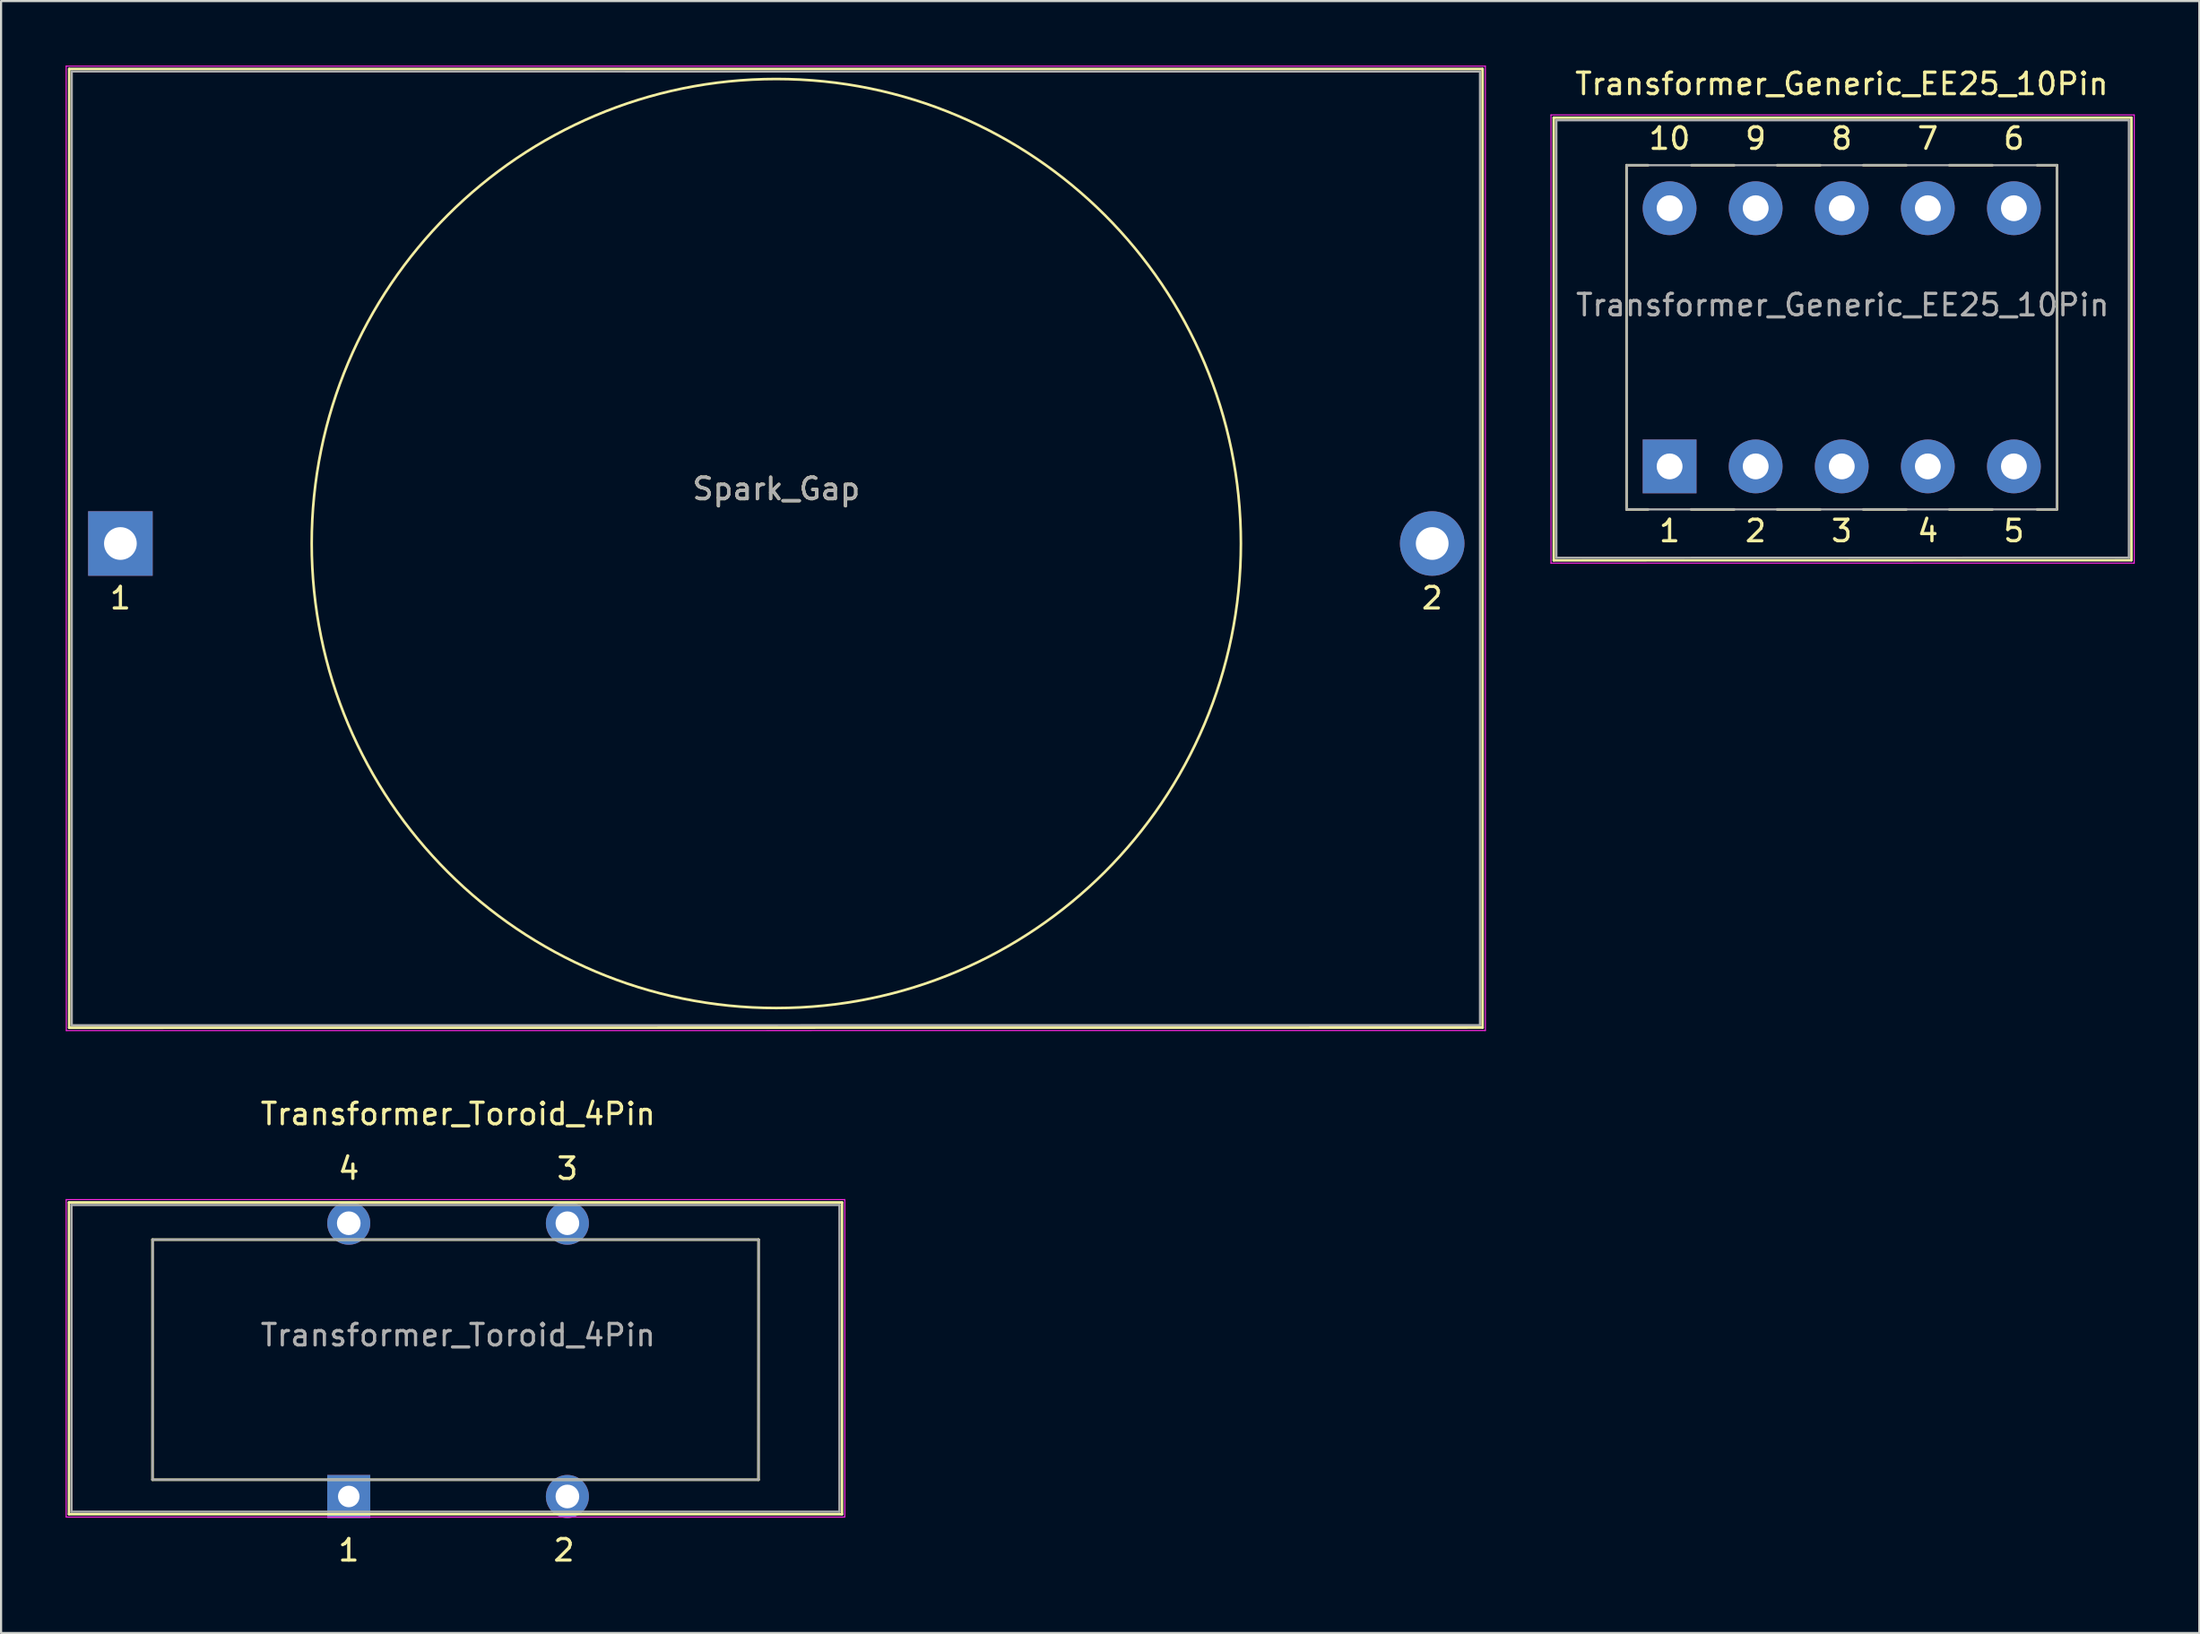
<source format=kicad_pcb>
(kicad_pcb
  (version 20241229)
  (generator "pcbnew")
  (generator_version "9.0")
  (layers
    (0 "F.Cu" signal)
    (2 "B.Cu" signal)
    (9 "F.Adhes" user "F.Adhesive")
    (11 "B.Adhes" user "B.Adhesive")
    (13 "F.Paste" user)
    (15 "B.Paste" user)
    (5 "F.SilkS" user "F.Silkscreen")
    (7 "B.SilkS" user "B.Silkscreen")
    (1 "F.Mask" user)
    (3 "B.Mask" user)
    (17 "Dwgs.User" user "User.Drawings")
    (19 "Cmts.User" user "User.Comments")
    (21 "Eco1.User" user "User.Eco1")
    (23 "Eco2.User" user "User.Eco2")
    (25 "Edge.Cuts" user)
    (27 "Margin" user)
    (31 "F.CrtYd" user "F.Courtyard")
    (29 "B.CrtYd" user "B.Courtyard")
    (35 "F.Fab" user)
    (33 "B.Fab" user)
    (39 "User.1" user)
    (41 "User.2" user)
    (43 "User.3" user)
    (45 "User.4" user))
  (footprint "Spark_Gap"
    (layer "F.Cu")
    (at 2.545 22.212)
    (property "Reference" "Spark_Gap" (at 30.48 -2.54 0) (layer "F.SilkS") (effects (font (size 1 1) (thickness 0.15))))
    (attr through_hole)
    (fp_line (start -2.38 -22.057) (end -2.38 22.506) (stroke (width 0.12) (type solid)) (layer "F.SilkS"))
    (fp_line (start -2.38 -22.057) (end 63.3 -22.057) (stroke (width 0.12) (type solid)) (layer "F.SilkS"))
    (fp_line (start 63.3 -22.057) (end 63.3 22.5) (stroke (width 0.12) (type solid)) (layer "F.SilkS"))
    (fp_line (start 63.3 22.5) (end -2.38 22.506) (stroke (width 0.12) (type solid)) (layer "F.SilkS"))
    (fp_circle (center 30.48 0) (end 52.07 0) (stroke (width 0.12) (type solid)) (fill no) (layer "F.SilkS"))
    (fp_line (start -2.52 -22.187) (end -2.512 22.64) (stroke (width 0.05) (type solid)) (layer "F.CrtYd"))
    (fp_line (start -2.52 -22.187) (end 63.43 -22.187) (stroke (width 0.05) (type solid)) (layer "F.CrtYd"))
    (fp_line (start 63.43 -22.187) (end 63.43 22.636) (stroke (width 0.05) (type solid)) (layer "F.CrtYd"))
    (fp_line (start 63.43 22.636) (end -2.512 22.64) (stroke (width 0.05) (type solid)) (layer "F.CrtYd"))
    (fp_line (start -2.26 -21.94) (end 63.18 -21.937) (stroke (width 0.1) (type solid)) (layer "F.Fab"))
    (fp_line (start -2.26 22.39) (end -2.26 -21.94) (stroke (width 0.1) (type solid)) (layer "F.Fab"))
    (fp_line (start 63.18 22.386) (end -2.26 22.39) (stroke (width 0.1) (type solid)) (layer "F.Fab"))
    (fp_line (start 63.18 22.386) (end 63.18 -21.937) (stroke (width 0.1) (type solid)) (layer "F.Fab"))
    (fp_text user "1" (at 0 2.54 0) (layer "F.SilkS") (effects (font (size 1 1) (thickness 0.15))))
    (fp_text user "2" (at 60.96 2.54 0) (layer "F.SilkS") (effects (font (size 1 1) (thickness 0.15))))
    (fp_text user "${REFERENCE}" (at 30.48 -2.54 0) (layer "F.Fab") (effects (font (size 1 1) (thickness 0.15))))
    (pad "1" thru_hole rect (at 0 0) (size 3 3) (drill 1.52) (layers "*.Cu" "*.Mask"))
    (pad "2" thru_hole circle (at 60.96 0) (size 3 3) (drill 1.52) (layers "*.Cu" "*.Mask")))
  (footprint "Transformer_Toroid_4Pin"
    (layer "F.Cu")
    (at 5.537 66.505)
    (property "Reference" "Transformer_Toroid_4Pin" (at 12.7 -17.78 0) (layer "F.SilkS") (effects (font (size 1 1) (thickness 0.15))))
    (attr through_hole)
    (fp_line (start -5.382 -13.667) (end -5.382 0.826) (stroke (width 0.12) (type solid)) (layer "F.SilkS"))
    (fp_line (start -5.382 -13.667) (end 30.542 -13.667) (stroke (width 0.12) (type solid)) (layer "F.SilkS"))
    (fp_line (start -1.5 -0.778) (end -1.5 -11.938) (stroke (width 0.12) (type solid)) (layer "F.SilkS"))
    (fp_line (start 26.66 -0.778) (end -1.5 -0.778) (stroke (width 0.12) (type solid)) (layer "F.SilkS"))
    (fp_line (start 26.66 -0.778) (end 26.662 -11.938) (stroke (width 0.12) (type solid)) (layer "F.SilkS"))
    (fp_line (start 26.662 -11.938) (end -1.5 -11.938) (stroke (width 0.12) (type solid)) (layer "F.SilkS"))
    (fp_line (start 30.542 0.826) (end -5.382 0.826) (stroke (width 0.12) (type solid)) (layer "F.SilkS"))
    (fp_line (start 30.542 0.826) (end 30.542 -13.667) (stroke (width 0.12) (type solid)) (layer "F.SilkS"))
    (fp_line (start -5.512 -13.797) (end -5.512 0.956) (stroke (width 0.05) (type solid)) (layer "F.CrtYd"))
    (fp_line (start -5.512 -13.797) (end 30.672 -13.797) (stroke (width 0.05) (type solid)) (layer "F.CrtYd"))
    (fp_line (start 30.672 0.956) (end -5.512 0.956) (stroke (width 0.05) (type solid)) (layer "F.CrtYd"))
    (fp_line (start 30.672 0.956) (end 30.672 -13.797) (stroke (width 0.05) (type solid)) (layer "F.CrtYd"))
    (fp_line (start -5.262 -13.547) (end 30.422 -13.547) (stroke (width 0.1) (type solid)) (layer "F.Fab"))
    (fp_line (start -5.262 0.706) (end -5.262 -13.547) (stroke (width 0.1) (type solid)) (layer "F.Fab"))
    (fp_line (start -1.5 -0.778) (end -1.49 -11.938) (stroke (width 0.1) (type solid)) (layer "F.Fab"))
    (fp_line (start -1.49 -11.938) (end 26.67 -11.938) (stroke (width 0.1) (type solid)) (layer "F.Fab"))
    (fp_line (start 26.66 -0.778) (end -1.5 -0.778) (stroke (width 0.1) (type solid)) (layer "F.Fab"))
    (fp_line (start 26.67 -11.938) (end 26.66 -0.778) (stroke (width 0.1) (type solid)) (layer "F.Fab"))
    (fp_line (start 30.422 -13.547) (end 30.422 0.706) (stroke (width 0.1) (type solid)) (layer "F.Fab"))
    (fp_line (start 30.422 0.706) (end -5.262 0.706) (stroke (width 0.1) (type solid)) (layer "F.Fab"))
    (fp_text user "1" (at 7.62 2.5 0) (layer "F.SilkS") (effects (font (size 1 1) (thickness 0.15))))
    (fp_text user "2" (at 17.62 2.5 0) (layer "F.SilkS") (effects (font (size 1 1) (thickness 0.15))))
    (fp_text user "3" (at 17.78 -15.24 0) (layer "F.SilkS") (effects (font (size 1 1) (thickness 0.15))))
    (fp_text user "4" (at 7.62 -15.24 0) (layer "F.SilkS") (effects (font (size 1 1) (thickness 0.15))))
    (fp_text user "${REFERENCE}" (at 12.7 -7.5 0) (layer "F.Fab") (effects (font (size 1 1) (thickness 0.15))))
    (pad "1" thru_hole rect (at 7.62 0) (size 2 2) (drill 1) (layers "*.Cu" "*.Mask"))
    (pad "2" thru_hole circle (at 17.78 0) (size 2 2) (drill 1.1) (layers "*.Cu" "*.Mask"))
    (pad "3" thru_hole circle (at 17.78 -12.7) (size 2 2) (drill 1.1) (layers "*.Cu" "*.Mask"))
    (pad "4" thru_hole circle (at 7.62 -12.7) (size 2 2) (drill 1.1) (layers "*.Cu" "*.Mask")))
  (footprint "Transformer_Generic_EE25_10Pin"
    (layer "F.Cu")
    (at 74.537 18.628)
    (property "Reference" "Transformer_Generic_EE25_10Pin" (at 8 -17.78 0) (layer "F.SilkS") (effects (font (size 1 1) (thickness 0.15))))
    (attr through_hole)
    (fp_line (start -5.382 -16.207) (end -5.382 4.366) (stroke (width 0.12) (type solid)) (layer "F.SilkS"))
    (fp_line (start -5.382 -16.207) (end 21.462 -16.207) (stroke (width 0.12) (type solid)) (layer "F.SilkS"))
    (fp_line (start -2 2) (end -2 -14) (stroke (width 0.12) (type solid)) (layer "F.SilkS"))
    (fp_line (start -1 -14) (end -2 -14) (stroke (width 0.12) (type solid)) (layer "F.SilkS"))
    (fp_line (start -1 2) (end -2 2) (stroke (width 0.12) (type solid)) (layer "F.SilkS"))
    (fp_line (start 1.016 -14) (end 3 -14) (stroke (width 0.12) (type solid)) (layer "F.SilkS"))
    (fp_line (start 3 2) (end 1 2) (stroke (width 0.12) (type solid)) (layer "F.SilkS"))
    (fp_line (start 5 -14) (end 7 -14) (stroke (width 0.12) (type solid)) (layer "F.SilkS"))
    (fp_line (start 7 2) (end 5 2) (stroke (width 0.12) (type solid)) (layer "F.SilkS"))
    (fp_line (start 9 -14) (end 11 -14) (stroke (width 0.12) (type solid)) (layer "F.SilkS"))
    (fp_line (start 11 2) (end 9 2) (stroke (width 0.12) (type solid)) (layer "F.SilkS"))
    (fp_line (start 13 -14) (end 15 -14) (stroke (width 0.12) (type solid)) (layer "F.SilkS"))
    (fp_line (start 15 2) (end 13 2) (stroke (width 0.12) (type solid)) (layer "F.SilkS"))
    (fp_line (start 17.08 2) (end 18 2) (stroke (width 0.12) (type solid)) (layer "F.SilkS"))
    (fp_line (start 17.082 -14) (end 18 -14) (stroke (width 0.12) (type solid)) (layer "F.SilkS"))
    (fp_line (start 18 2) (end 18 -14) (stroke (width 0.12) (type solid)) (layer "F.SilkS"))
    (fp_line (start 21.462 4.36) (end -5.382 4.366) (stroke (width 0.12) (type solid)) (layer "F.SilkS"))
    (fp_line (start 21.462 4.36) (end 21.462 -16.207) (stroke (width 0.12) (type solid)) (layer "F.SilkS"))
    (fp_line (start -5.512 -16.337) (end -5.512 4.496) (stroke (width 0.05) (type solid)) (layer "F.CrtYd"))
    (fp_line (start -5.512 -16.337) (end 21.592 -16.337) (stroke (width 0.05) (type solid)) (layer "F.CrtYd"))
    (fp_line (start 21.59 4.496) (end -5.512 4.496) (stroke (width 0.05) (type solid)) (layer "F.CrtYd"))
    (fp_line (start 21.59 4.496) (end 21.592 -16.337) (stroke (width 0.05) (type solid)) (layer "F.CrtYd"))
    (fp_line (start -5.262 -16.087) (end 21.342 -16.087) (stroke (width 0.1) (type solid)) (layer "F.Fab"))
    (fp_line (start -5.262 4.246) (end -5.262 -16.087) (stroke (width 0.1) (type solid)) (layer "F.Fab"))
    (fp_line (start -2 -14) (end 18 -14) (stroke (width 0.1) (type solid)) (layer "F.Fab"))
    (fp_line (start -2 2) (end -1.99 -14) (stroke (width 0.1) (type solid)) (layer "F.Fab"))
    (fp_line (start 18 -14) (end 17.99 2) (stroke (width 0.1) (type solid)) (layer "F.Fab"))
    (fp_line (start 18 2) (end -2 2) (stroke (width 0.1) (type solid)) (layer "F.Fab"))
    (fp_line (start 21.342 -16.087) (end 21.342 4.24) (stroke (width 0.1) (type solid)) (layer "F.Fab"))
    (fp_line (start 21.342 4.24) (end -5.262 4.246) (stroke (width 0.1) (type solid)) (layer "F.Fab"))
    (fp_text user "3" (at 8 3 0) (layer "F.SilkS") (effects (font (size 1 1) (thickness 0.15))))
    (fp_text user "2" (at 4 3 0) (layer "F.SilkS") (effects (font (size 1 1) (thickness 0.15))))
    (fp_text user "9" (at 4 -15.24 0) (layer "F.SilkS") (effects (font (size 1 1) (thickness 0.15))))
    (fp_text user "5" (at 16 3 0) (layer "F.SilkS") (effects (font (size 1 1) (thickness 0.15))))
    (fp_text user "10" (at 0 -15.24 0) (layer "F.SilkS") (effects (font (size 1 1) (thickness 0.15))))
    (fp_text user "7" (at 12 -15.24 0) (layer "F.SilkS") (effects (font (size 1 1) (thickness 0.15))))
    (fp_text user "1" (at 0 3 0) (layer "F.SilkS") (effects (font (size 1 1) (thickness 0.15))))
    (fp_text user "4" (at 12 3 0) (layer "F.SilkS") (effects (font (size 1 1) (thickness 0.15))))
    (fp_text user "8" (at 8 -15.24 0) (layer "F.SilkS") (effects (font (size 1 1) (thickness 0.15))))
    (fp_text user "6" (at 16 -15.24 0) (layer "F.SilkS") (effects (font (size 1 1) (thickness 0.15))))
    (fp_text user "${REFERENCE}" (at 8.04 -7.5 0) (layer "F.Fab") (effects (font (size 1 1) (thickness 0.15))))
    (pad "1" thru_hole rect (at 0 0) (size 2.5 2.5) (drill 1.2) (layers "*.Cu" "*.Mask"))
    (pad "2" thru_hole circle (at 4 0) (size 2.5 2.5) (drill 1.2) (layers "*.Cu" "*.Mask"))
    (pad "3" thru_hole circle (at 8 0) (size 2.5 2.5) (drill 1.2) (layers "*.Cu" "*.Mask"))
    (pad "4" thru_hole circle (at 12 0) (size 2.5 2.5) (drill 1.2) (layers "*.Cu" "*.Mask"))
    (pad "5" thru_hole circle (at 16 0) (size 2.5 2.5) (drill 1.2) (layers "*.Cu" "*.Mask"))
    (pad "6" thru_hole circle (at 16 -12) (size 2.5 2.5) (drill 1.2) (layers "*.Cu" "*.Mask"))
    (pad "7" thru_hole circle (at 12 -12) (size 2.5 2.5) (drill 1.2) (layers "*.Cu" "*.Mask"))
    (pad "8" thru_hole circle (at 8 -12) (size 2.5 2.5) (drill 1.2) (layers "*.Cu" "*.Mask"))
    (pad "9" thru_hole circle (at 4 -12) (size 2.5 2.5) (drill 1.2) (layers "*.Cu" "*.Mask"))
    (pad "10" thru_hole circle (at 0 -12) (size 2.5 2.5) (drill 1.2) (layers "*.Cu" "*.Mask")))
  (gr_rect
    (start -3 -3)
    (end 99.154 72.853)
    (stroke (width 0.1) (type default))
    (fill no)
    (layer "Edge.Cuts")))
</source>
